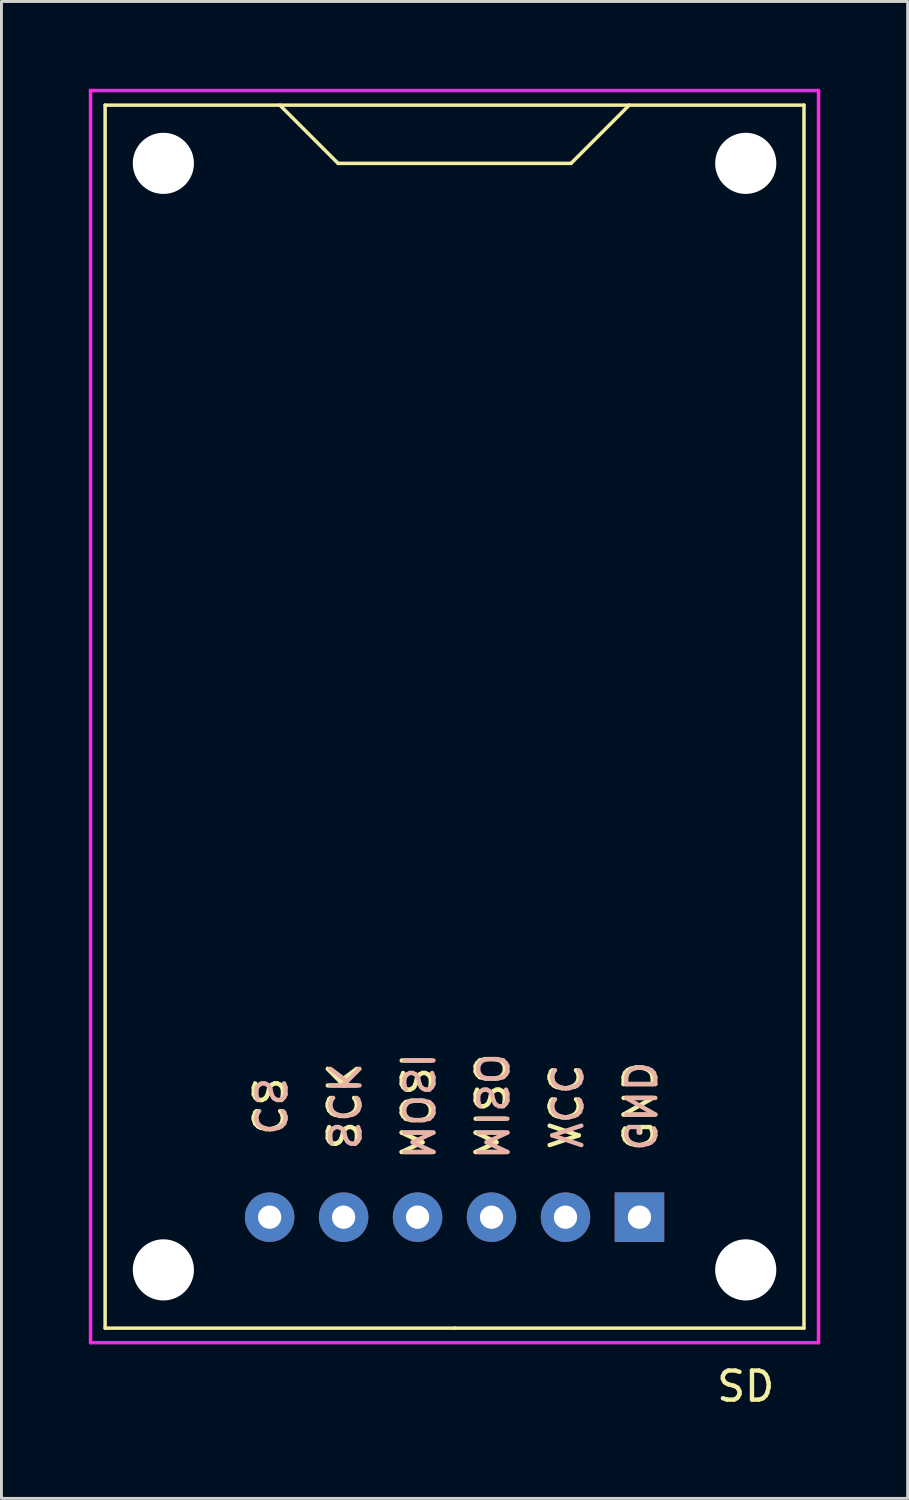
<source format=kicad_pcb>
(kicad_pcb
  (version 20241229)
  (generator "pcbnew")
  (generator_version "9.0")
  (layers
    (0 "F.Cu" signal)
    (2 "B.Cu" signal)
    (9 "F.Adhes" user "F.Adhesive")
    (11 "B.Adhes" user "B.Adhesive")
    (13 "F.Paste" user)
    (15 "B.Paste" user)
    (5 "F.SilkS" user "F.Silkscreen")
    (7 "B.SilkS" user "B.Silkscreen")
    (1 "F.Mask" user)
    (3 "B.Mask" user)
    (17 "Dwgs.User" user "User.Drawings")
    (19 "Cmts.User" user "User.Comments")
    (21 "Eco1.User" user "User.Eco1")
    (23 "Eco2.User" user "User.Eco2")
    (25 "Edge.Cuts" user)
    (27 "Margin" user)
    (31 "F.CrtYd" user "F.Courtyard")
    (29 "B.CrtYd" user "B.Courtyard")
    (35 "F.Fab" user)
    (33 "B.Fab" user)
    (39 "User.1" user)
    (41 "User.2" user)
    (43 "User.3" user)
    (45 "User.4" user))
  (footprint "SD"
    (layer "F.Cu")
    (at 12.56 42.56)
    (property "Reference" "SD" (at 10 2 0) (layer "F.SilkS") (effects (font (size 1 1) (thickness 0.15))))
    (attr through_hole)
    (fp_line (start -12 -42) (end -12 0) (stroke (width 0.12) (type solid)) (layer "F.SilkS"))
    (fp_line (start -12 0) (end 0 0) (stroke (width 0.12) (type solid)) (layer "F.SilkS"))
    (fp_line (start -6 -42) (end -4 -40) (stroke (width 0.12) (type solid)) (layer "F.SilkS"))
    (fp_line (start -4 -40) (end 4 -40) (stroke (width 0.12) (type solid)) (layer "F.SilkS"))
    (fp_line (start 0 0) (end 12 0) (stroke (width 0.12) (type solid)) (layer "F.SilkS"))
    (fp_line (start 4 -40) (end 6 -42) (stroke (width 0.12) (type solid)) (layer "F.SilkS"))
    (fp_line (start 12 -42) (end -12 -42) (stroke (width 0.12) (type solid)) (layer "F.SilkS"))
    (fp_line (start 12 0) (end 12 -42) (stroke (width 0.12) (type solid)) (layer "F.SilkS"))
    (fp_line (start -12.5 -42.5) (end -12.5 0.5) (stroke (width 0.12) (type solid)) (layer "F.CrtYd"))
    (fp_line (start -12.5 0.5) (end 12.5 0.5) (stroke (width 0.12) (type solid)) (layer "F.CrtYd"))
    (fp_line (start 12.5 -42.5) (end -12.5 -42.5) (stroke (width 0.12) (type solid)) (layer "F.CrtYd"))
    (fp_line (start 12.5 0.5) (end 12.5 -42.5) (stroke (width 0.12) (type solid)) (layer "F.CrtYd"))
    (fp_text user "CS" (at -6.35 -7.62 90) (layer "F.SilkS") (effects (font (size 1 1) (thickness 0.15))))
    (fp_text user "MISO" (at 1.27 -7.62 90) (layer "F.SilkS") (effects (font (size 1 1) (thickness 0.15))))
    (fp_text user "MOSI" (at -1.27 -7.62 90) (layer "F.SilkS") (effects (font (size 1 1) (thickness 0.15))))
    (fp_text user "VCC" (at 3.81 -7.62 90) (layer "F.SilkS") (effects (font (size 1 1) (thickness 0.15))))
    (fp_text user "GND" (at 6.35 -7.62 90) (layer "F.SilkS") (effects (font (size 1 1) (thickness 0.15))))
    (fp_text user "SCK" (at -3.81 -7.62 90) (layer "F.SilkS") (effects (font (size 1 1) (thickness 0.15))))
    (fp_text user "MOSI" (at -1.27 -7.62 270) (unlocked yes) (layer "B.SilkS") (effects (font (size 1 1) (thickness 0.15)) (justify mirror)))
    (fp_text user "VCC" (at 3.81 -7.62 270) (unlocked yes) (layer "B.SilkS") (effects (font (size 1 1) (thickness 0.15)) (justify mirror)))
    (fp_text user "GND" (at 6.35 -7.62 270) (unlocked yes) (layer "B.SilkS") (effects (font (size 1 1) (thickness 0.15)) (justify mirror)))
    (fp_text user "MISO" (at 1.27 -7.62 270) (unlocked yes) (layer "B.SilkS") (effects (font (size 1 1) (thickness 0.15)) (justify mirror)))
    (fp_text user "SCK" (at -3.81 -7.62 270) (unlocked yes) (layer "B.SilkS") (effects (font (size 1 1) (thickness 0.15)) (justify mirror)))
    (fp_text user "CS" (at -6.35 -7.62 270) (unlocked yes) (layer "B.SilkS") (effects (font (size 1 1) (thickness 0.15)) (justify mirror)))
    (pad "" np_thru_hole circle (at -10 -40) (size 2.1 2.1) (drill 2.1) (layers "*.Cu" "*.Mask"))
    (pad "" np_thru_hole circle (at -10 -2) (size 2.1 2.1) (drill 2.1) (layers "*.Cu" "*.Mask"))
    (pad "" np_thru_hole circle (at 10 -40) (size 2.1 2.1) (drill 2.1) (layers "*.Cu" "*.Mask"))
    (pad "" np_thru_hole circle (at 10 -2) (size 2.1 2.1) (drill 2.1) (layers "*.Cu" "*.Mask"))
    (pad "1" thru_hole rect (at 6.35 -3.81) (size 1.7 1.7) (drill 0.8) (layers "*.Cu" "*.Mask"))
    (pad "2" thru_hole circle (at 3.81 -3.81) (size 1.7 1.7) (drill 0.8) (layers "*.Cu" "*.Mask"))
    (pad "3" thru_hole circle (at 1.27 -3.81) (size 1.7 1.7) (drill 0.8) (layers "*.Cu" "*.Mask"))
    (pad "4" thru_hole circle (at -1.27 -3.81) (size 1.7 1.7) (drill 0.8) (layers "*.Cu" "*.Mask"))
    (pad "5" thru_hole circle (at -3.81 -3.81) (size 1.7 1.7) (drill 0.8) (layers "*.Cu" "*.Mask"))
    (pad "6" thru_hole circle (at -6.35 -3.81) (size 1.7 1.7) (drill 0.8) (layers "*.Cu" "*.Mask")))
  (gr_rect
    (start -3 -3)
    (end 28.12 48.408)
    (stroke (width 0.1) (type default))
    (fill no)
    (layer "Edge.Cuts")))
</source>
